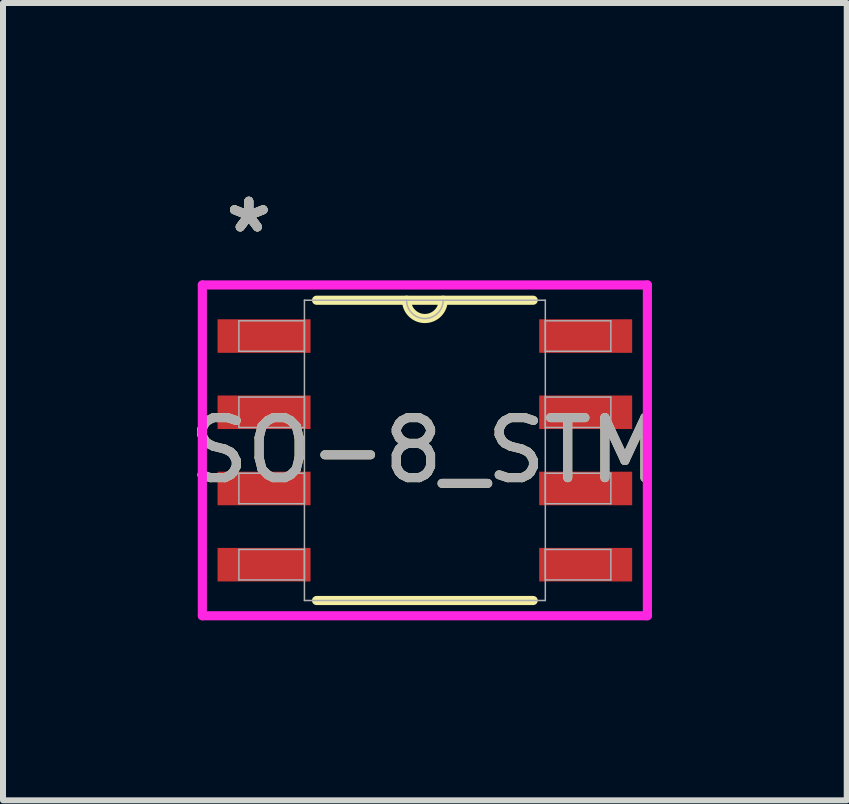
<source format=kicad_pcb>
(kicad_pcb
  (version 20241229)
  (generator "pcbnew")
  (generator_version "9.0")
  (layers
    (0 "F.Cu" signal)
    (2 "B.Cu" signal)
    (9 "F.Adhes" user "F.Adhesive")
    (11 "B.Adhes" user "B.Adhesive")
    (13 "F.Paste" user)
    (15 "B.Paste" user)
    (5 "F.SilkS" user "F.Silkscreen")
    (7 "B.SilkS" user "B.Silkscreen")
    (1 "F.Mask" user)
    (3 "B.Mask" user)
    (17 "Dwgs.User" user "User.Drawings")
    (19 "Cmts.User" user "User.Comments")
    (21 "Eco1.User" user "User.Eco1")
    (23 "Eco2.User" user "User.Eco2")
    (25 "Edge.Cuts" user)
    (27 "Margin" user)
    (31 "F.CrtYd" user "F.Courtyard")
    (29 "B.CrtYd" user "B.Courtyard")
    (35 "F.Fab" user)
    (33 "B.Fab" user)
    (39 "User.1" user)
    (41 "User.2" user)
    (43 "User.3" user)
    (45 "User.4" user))
  (footprint "SO-8_STM"
    (layer "F.Cu")
    (at 4.03 4.455)
    (property "Reference" "SO-8_STM" (at 0 0 0) (unlocked yes) (layer "F.SilkS") (effects (font (size 1 1) (thickness 0.15))))
    (attr smd)
    (fp_line (start -1.805 2.502) (end 1.805 2.502) (stroke (width 0.152) (type solid)) (layer "F.SilkS"))
    (fp_line (start 1.805 -2.502) (end -1.805 -2.502) (stroke (width 0.152) (type solid)) (layer "F.SilkS"))
    (fp_arc (start 0.3048 -2.5019) (mid 0 -2.1971) (end -0.3048 -2.5019) (stroke (width 0.1524) (type solid)) (layer "F.SilkS"))
    (fp_line (start -3.708 -2.756) (end 3.708 -2.756) (stroke (width 0.152) (type solid)) (layer "F.CrtYd"))
    (fp_line (start -3.708 2.756) (end -3.708 -2.756) (stroke (width 0.152) (type solid)) (layer "F.CrtYd"))
    (fp_line (start 3.708 -2.756) (end 3.708 2.756) (stroke (width 0.152) (type solid)) (layer "F.CrtYd"))
    (fp_line (start 3.708 2.756) (end -3.708 2.756) (stroke (width 0.152) (type solid)) (layer "F.CrtYd"))
    (fp_line (start -3.099 -2.159) (end -3.099 -1.651) (stroke (width 0.025) (type solid)) (layer "F.Fab"))
    (fp_line (start -3.099 -1.651) (end -2.007 -1.651) (stroke (width 0.025) (type solid)) (layer "F.Fab"))
    (fp_line (start -3.099 -0.889) (end -3.099 -0.381) (stroke (width 0.025) (type solid)) (layer "F.Fab"))
    (fp_line (start -3.099 -0.381) (end -2.007 -0.381) (stroke (width 0.025) (type solid)) (layer "F.Fab"))
    (fp_line (start -3.099 0.381) (end -3.099 0.889) (stroke (width 0.025) (type solid)) (layer "F.Fab"))
    (fp_line (start -3.099 0.889) (end -2.007 0.889) (stroke (width 0.025) (type solid)) (layer "F.Fab"))
    (fp_line (start -3.099 1.651) (end -3.099 2.159) (stroke (width 0.025) (type solid)) (layer "F.Fab"))
    (fp_line (start -3.099 2.159) (end -2.007 2.159) (stroke (width 0.025) (type solid)) (layer "F.Fab"))
    (fp_line (start -2.007 -2.502) (end -2.007 2.502) (stroke (width 0.025) (type solid)) (layer "F.Fab"))
    (fp_line (start -2.007 -2.159) (end -3.099 -2.159) (stroke (width 0.025) (type solid)) (layer "F.Fab"))
    (fp_line (start -2.007 -1.651) (end -2.007 -2.159) (stroke (width 0.025) (type solid)) (layer "F.Fab"))
    (fp_line (start -2.007 -0.889) (end -3.099 -0.889) (stroke (width 0.025) (type solid)) (layer "F.Fab"))
    (fp_line (start -2.007 -0.381) (end -2.007 -0.889) (stroke (width 0.025) (type solid)) (layer "F.Fab"))
    (fp_line (start -2.007 0.381) (end -3.099 0.381) (stroke (width 0.025) (type solid)) (layer "F.Fab"))
    (fp_line (start -2.007 0.889) (end -2.007 0.381) (stroke (width 0.025) (type solid)) (layer "F.Fab"))
    (fp_line (start -2.007 1.651) (end -3.099 1.651) (stroke (width 0.025) (type solid)) (layer "F.Fab"))
    (fp_line (start -2.007 2.159) (end -2.007 1.651) (stroke (width 0.025) (type solid)) (layer "F.Fab"))
    (fp_line (start -2.007 2.502) (end 2.007 2.502) (stroke (width 0.025) (type solid)) (layer "F.Fab"))
    (fp_line (start 2.007 -2.502) (end -2.007 -2.502) (stroke (width 0.025) (type solid)) (layer "F.Fab"))
    (fp_line (start 2.007 -2.159) (end 2.007 -1.651) (stroke (width 0.025) (type solid)) (layer "F.Fab"))
    (fp_line (start 2.007 -1.651) (end 3.099 -1.651) (stroke (width 0.025) (type solid)) (layer "F.Fab"))
    (fp_line (start 2.007 -0.889) (end 2.007 -0.381) (stroke (width 0.025) (type solid)) (layer "F.Fab"))
    (fp_line (start 2.007 -0.381) (end 3.099 -0.381) (stroke (width 0.025) (type solid)) (layer "F.Fab"))
    (fp_line (start 2.007 0.381) (end 2.007 0.889) (stroke (width 0.025) (type solid)) (layer "F.Fab"))
    (fp_line (start 2.007 0.889) (end 3.099 0.889) (stroke (width 0.025) (type solid)) (layer "F.Fab"))
    (fp_line (start 2.007 1.651) (end 2.007 2.159) (stroke (width 0.025) (type solid)) (layer "F.Fab"))
    (fp_line (start 2.007 2.159) (end 3.099 2.159) (stroke (width 0.025) (type solid)) (layer "F.Fab"))
    (fp_line (start 2.007 2.502) (end 2.007 -2.502) (stroke (width 0.025) (type solid)) (layer "F.Fab"))
    (fp_line (start 3.099 -2.159) (end 2.007 -2.159) (stroke (width 0.025) (type solid)) (layer "F.Fab"))
    (fp_line (start 3.099 -1.651) (end 3.099 -2.159) (stroke (width 0.025) (type solid)) (layer "F.Fab"))
    (fp_line (start 3.099 -0.889) (end 2.007 -0.889) (stroke (width 0.025) (type solid)) (layer "F.Fab"))
    (fp_line (start 3.099 -0.381) (end 3.099 -0.889) (stroke (width 0.025) (type solid)) (layer "F.Fab"))
    (fp_line (start 3.099 0.381) (end 2.007 0.381) (stroke (width 0.025) (type solid)) (layer "F.Fab"))
    (fp_line (start 3.099 0.889) (end 3.099 0.381) (stroke (width 0.025) (type solid)) (layer "F.Fab"))
    (fp_line (start 3.099 1.651) (end 2.007 1.651) (stroke (width 0.025) (type solid)) (layer "F.Fab"))
    (fp_line (start 3.099 2.159) (end 3.099 1.651) (stroke (width 0.025) (type solid)) (layer "F.Fab"))
    (fp_arc (start 0.3048 -2.5019) (mid 0 -2.1971) (end -0.3048 -2.5019) (stroke (width 0.0254) (type solid)) (layer "F.Fab"))
    (fp_text user "*" (at -2.934 -3.607 0) (unlocked yes) (layer "F.SilkS") (effects (font (size 1 1) (thickness 0.15))))
    (fp_text user "*" (at -2.934 -3.607 0) (layer "F.SilkS") (effects (font (size 1 1) (thickness 0.15))))
    (fp_text user "${REFERENCE}" (at 0 0 0) (unlocked yes) (layer "F.Fab") (effects (font (size 1 1) (thickness 0.15))))
    (fp_text user "*" (at -2.934 -3.607 0) (layer "F.Fab") (effects (font (size 1 1) (thickness 0.15))))
    (fp_text user "*" (at -2.934 -3.607 0) (unlocked yes) (layer "F.Fab") (effects (font (size 1 1) (thickness 0.15))))
    (pad "1" smd rect (at -2.68 -1.905) (size 1.549 0.559) (layers "F.Cu" "F.Mask" "F.Paste"))
    (pad "2" smd rect (at -2.68 -0.635) (size 1.549 0.559) (layers "F.Cu" "F.Mask" "F.Paste"))
    (pad "3" smd rect (at -2.68 0.635) (size 1.549 0.559) (layers "F.Cu" "F.Mask" "F.Paste"))
    (pad "4" smd rect (at -2.68 1.905) (size 1.549 0.559) (layers "F.Cu" "F.Mask" "F.Paste"))
    (pad "5" smd rect (at 2.68 1.905) (size 1.549 0.559) (layers "F.Cu" "F.Mask" "F.Paste"))
    (pad "6" smd rect (at 2.68 0.635) (size 1.549 0.559) (layers "F.Cu" "F.Mask" "F.Paste"))
    (pad "7" smd rect (at 2.68 -0.635) (size 1.549 0.559) (layers "F.Cu" "F.Mask" "F.Paste"))
    (pad "8" smd rect (at 2.68 -1.905) (size 1.549 0.559) (layers "F.Cu" "F.Mask" "F.Paste")))
  (gr_rect
    (start -3 -3)
    (end 11.06 10.287)
    (stroke (width 0.1) (type default))
    (fill no)
    (layer "Edge.Cuts")))
</source>
